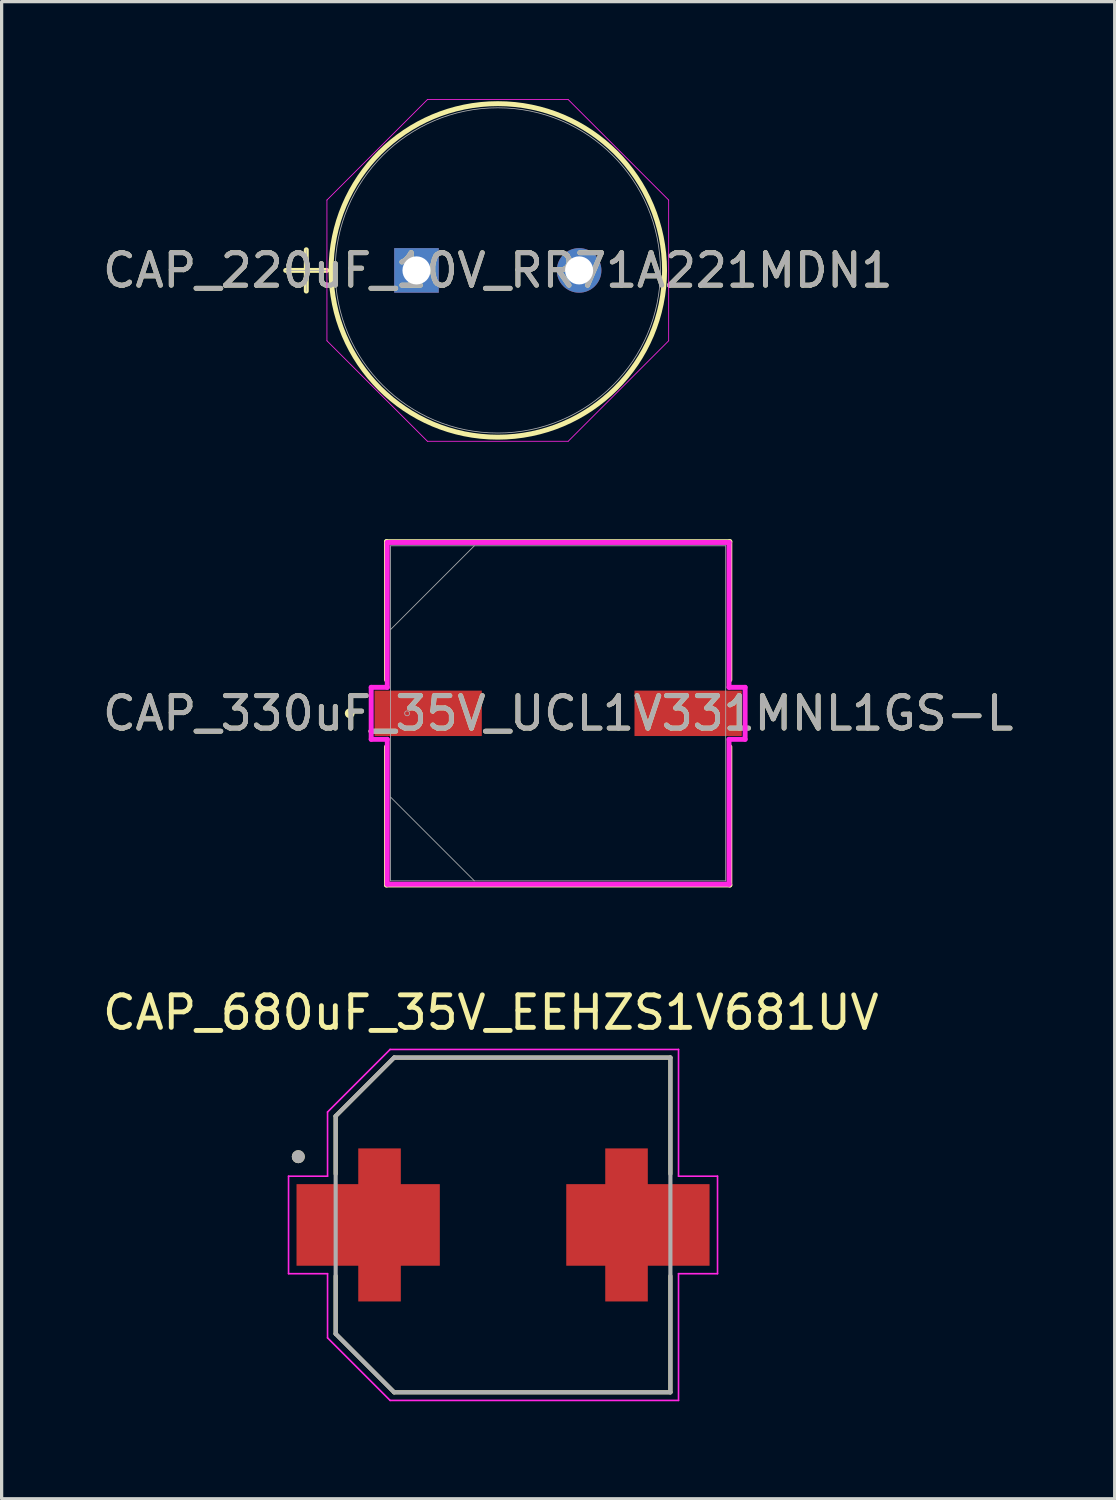
<source format=kicad_pcb>
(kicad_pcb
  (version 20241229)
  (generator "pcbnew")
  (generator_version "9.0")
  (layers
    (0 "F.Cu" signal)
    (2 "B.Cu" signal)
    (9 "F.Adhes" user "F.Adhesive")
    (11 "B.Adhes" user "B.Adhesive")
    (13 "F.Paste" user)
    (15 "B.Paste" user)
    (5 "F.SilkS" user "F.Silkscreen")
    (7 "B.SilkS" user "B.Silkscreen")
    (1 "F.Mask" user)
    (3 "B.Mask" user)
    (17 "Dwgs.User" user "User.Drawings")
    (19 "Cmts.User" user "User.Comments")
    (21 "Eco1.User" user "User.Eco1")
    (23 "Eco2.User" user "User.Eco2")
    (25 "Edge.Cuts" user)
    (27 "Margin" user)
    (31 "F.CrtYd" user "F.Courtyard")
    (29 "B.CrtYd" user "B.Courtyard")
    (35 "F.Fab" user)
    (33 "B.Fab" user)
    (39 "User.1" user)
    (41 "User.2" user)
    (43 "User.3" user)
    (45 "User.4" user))
  (footprint "CAP_220uF_10V_RR71A221MDN1"
    (layer "F.Cu")
    (at 9.766 5.271)
    (property "Reference" "CAP_220uF_10V_RR71A221MDN1" (at 2.502 0 0) (unlocked yes) (layer "F.SilkS") (effects (font (size 1 1) (thickness 0.15))))
    (attr through_hole)
    (fp_line (start -4.026 0) (end -2.756 0) (stroke (width 0.152) (type solid)) (layer "F.SilkS"))
    (fp_line (start -3.391 -0.635) (end -3.391 0.635) (stroke (width 0.152) (type solid)) (layer "F.SilkS"))
    (fp_circle (center 2.502 0) (end 7.633 0) (stroke (width 0.152) (type solid)) (fill no) (layer "F.SilkS"))
    (fp_line (start -2.756 -2.165) (end 0.337 -5.258) (stroke (width 0.025) (type solid)) (layer "F.CrtYd"))
    (fp_line (start -2.756 2.165) (end -2.756 -2.165) (stroke (width 0.025) (type solid)) (layer "F.CrtYd"))
    (fp_line (start 0.337 -5.258) (end 4.667 -5.258) (stroke (width 0.025) (type solid)) (layer "F.CrtYd"))
    (fp_line (start 0.337 5.258) (end -2.756 2.165) (stroke (width 0.025) (type solid)) (layer "F.CrtYd"))
    (fp_line (start 4.667 -5.258) (end 7.76 -2.165) (stroke (width 0.025) (type solid)) (layer "F.CrtYd"))
    (fp_line (start 4.667 5.258) (end 0.337 5.258) (stroke (width 0.025) (type solid)) (layer "F.CrtYd"))
    (fp_line (start 7.76 -2.165) (end 7.76 2.165) (stroke (width 0.025) (type solid)) (layer "F.CrtYd"))
    (fp_line (start 7.76 2.165) (end 4.667 5.258) (stroke (width 0.025) (type solid)) (layer "F.CrtYd"))
    (fp_line (start -4.026 0) (end -2.756 0) (stroke (width 0.025) (type solid)) (layer "F.Fab"))
    (fp_line (start -3.391 -0.635) (end -3.391 0.635) (stroke (width 0.025) (type solid)) (layer "F.Fab"))
    (fp_circle (center 2.502 0) (end 7.506 0) (stroke (width 0.025) (type solid)) (fill no) (layer "F.Fab"))
    (fp_text user "${REFERENCE}" (at 2.502 0 0) (unlocked yes) (layer "F.Fab") (effects (font (size 1 1) (thickness 0.15))))
    (pad "1" thru_hole rect (at 0 0) (size 1.372 1.372) (drill 0.864) (layers "*.Cu" "*.Mask"))
    (pad "2" thru_hole circle (at 5.004 0) (size 1.372 1.372) (drill 0.864) (layers "*.Cu" "*.Mask")))
  (footprint "CAP_330uF_35V_UCL1V331MNL1GS-L"
    (layer "F.Cu")
    (at 14.125 18.9)
    (property "Reference" "CAP_330uF_35V_UCL1V331MNL1GS-L" (at 0 0 0) (unlocked yes) (layer "F.SilkS") (effects (font (size 1 1) (thickness 0.15))))
    (attr smd)
    (fp_line (start -5.283 -5.283) (end -5.283 -1.031) (stroke (width 0.152) (type solid)) (layer "F.SilkS"))
    (fp_line (start -5.283 1.031) (end -5.283 5.283) (stroke (width 0.152) (type solid)) (layer "F.SilkS"))
    (fp_line (start -5.283 5.283) (end 5.283 5.283) (stroke (width 0.152) (type solid)) (layer "F.SilkS"))
    (fp_line (start 5.283 -5.283) (end -5.283 -5.283) (stroke (width 0.152) (type solid)) (layer "F.SilkS"))
    (fp_line (start 5.283 -1.031) (end 5.283 -5.283) (stroke (width 0.152) (type solid)) (layer "F.SilkS"))
    (fp_line (start 5.283 5.283) (end 5.283 1.031) (stroke (width 0.152) (type solid)) (layer "F.SilkS"))
    (fp_circle (center -6.413 0) (end -6.337 0) (stroke (width 0.152) (type solid)) (fill no) (layer "F.SilkS"))
    (fp_line (start -5.753 -0.8) (end -5.258 -0.8) (stroke (width 0.152) (type solid)) (layer "F.CrtYd"))
    (fp_line (start -5.753 0.8) (end -5.753 -0.8) (stroke (width 0.152) (type solid)) (layer "F.CrtYd"))
    (fp_line (start -5.258 -5.258) (end 5.258 -5.258) (stroke (width 0.152) (type solid)) (layer "F.CrtYd"))
    (fp_line (start -5.258 -0.8) (end -5.258 -5.258) (stroke (width 0.152) (type solid)) (layer "F.CrtYd"))
    (fp_line (start -5.258 0.8) (end -5.753 0.8) (stroke (width 0.152) (type solid)) (layer "F.CrtYd"))
    (fp_line (start -5.258 5.258) (end -5.258 0.8) (stroke (width 0.152) (type solid)) (layer "F.CrtYd"))
    (fp_line (start 5.258 -5.258) (end 5.258 -0.8) (stroke (width 0.152) (type solid)) (layer "F.CrtYd"))
    (fp_line (start 5.258 -0.8) (end 5.753 -0.8) (stroke (width 0.152) (type solid)) (layer "F.CrtYd"))
    (fp_line (start 5.258 0.8) (end 5.258 5.258) (stroke (width 0.152) (type solid)) (layer "F.CrtYd"))
    (fp_line (start 5.258 5.258) (end -5.258 5.258) (stroke (width 0.152) (type solid)) (layer "F.CrtYd"))
    (fp_line (start 5.753 -0.8) (end 5.753 0.8) (stroke (width 0.152) (type solid)) (layer "F.CrtYd"))
    (fp_line (start 5.753 0.8) (end 5.258 0.8) (stroke (width 0.152) (type solid)) (layer "F.CrtYd"))
    (fp_line (start -5.156 -5.156) (end -5.156 5.156) (stroke (width 0.025) (type solid)) (layer "F.Fab"))
    (fp_line (start -5.156 -2.578) (end -2.578 -5.156) (stroke (width 0.025) (type solid)) (layer "F.Fab"))
    (fp_line (start -5.156 2.578) (end -2.578 5.156) (stroke (width 0.025) (type solid)) (layer "F.Fab"))
    (fp_line (start -5.156 5.156) (end 5.156 5.156) (stroke (width 0.025) (type solid)) (layer "F.Fab"))
    (fp_line (start 5.156 -5.156) (end -5.156 -5.156) (stroke (width 0.025) (type solid)) (layer "F.Fab"))
    (fp_line (start 5.156 5.156) (end 5.156 -5.156) (stroke (width 0.025) (type solid)) (layer "F.Fab"))
    (fp_circle (center -4.648 0) (end -4.572 0) (stroke (width 0.025) (type solid)) (fill no) (layer "F.Fab"))
    (fp_text user "${REFERENCE}" (at 0 0 0) (unlocked yes) (layer "F.Fab") (effects (font (size 1 1) (thickness 0.15))))
    (pad "1" smd rect (at -4 0) (size 3.302 1.397) (layers "F.Cu" "F.Mask" "F.Paste"))
    (pad "2" smd rect (at 4 0) (size 3.302 1.397) (layers "F.Cu" "F.Mask" "F.Paste"))
    (zone (net_name "") (layer "F.Cu") (hatch full 0.508) (connect_pads) (min_thickness 0.254) (filled_areas_thickness no) (keepout (tracks not_allowed) (vias not_allowed) (pads allowed) (copperpour not_allowed) (footprints allowed)) (placement (enabled no)) (fill) (polygon (pts (xy 9.02 13.795) (xy 19.23 13.795) (xy 19.23 18.151) (xy 9.02 18.151))))
    (zone (net_name "") (layer "F.Cu") (hatch full 0.508) (connect_pads) (min_thickness 0.254) (filled_areas_thickness no) (keepout (tracks not_allowed) (vias not_allowed) (pads allowed) (copperpour not_allowed) (footprints allowed)) (placement (enabled no)) (fill) (polygon (pts (xy 9.02 19.65) (xy 19.23 19.65) (xy 19.23 24.006) (xy 9.02 24.006))))
    (zone (net_name "") (layer "F.Cu") (hatch full 0.508) (connect_pads) (min_thickness 0.254) (filled_areas_thickness no) (keepout (tracks not_allowed) (vias not_allowed) (pads allowed) (copperpour not_allowed) (footprints allowed)) (placement (enabled no)) (fill) (polygon (pts (xy 11.826 18.151) (xy 16.424 18.151) (xy 16.424 19.65) (xy 11.826 19.65)))))
  (footprint "CAP_680uF_35V_EEHZS1V681UV"
    (layer "F.Cu")
    (at 12.429 34.643)
    (property "Reference" "CAP_680uF_35V_EEHZS1V681UV" (at -0.375 -6.535 0) (layer "F.SilkS") (effects (font (size 1 1) (thickness 0.15))))
    (attr smd)
    (fp_poly (pts (xy -4.55 2.45) (xy -4.55 1.35) (xy -6.45 1.35) (xy -6.45 -1.35) (xy -4.55 -1.35) (xy -4.55 -2.45) (xy -3.05 -2.45) (xy -3.05 -1.35) (xy -1.85 -1.35) (xy -1.85 1.35) (xy -3.05 1.35) (xy -3.05 2.45)) (stroke (width 0.01) (type solid)) (fill yes) (layer "F.Mask"))
    (fp_poly (pts (xy 4.55 2.45) (xy 4.55 1.35) (xy 6.45 1.35) (xy 6.45 -1.35) (xy 4.55 -1.35) (xy 4.55 -2.45) (xy 3.05 -2.45) (xy 3.05 -1.35) (xy 1.85 -1.35) (xy 1.85 1.35) (xy 3.05 1.35) (xy 3.05 2.45)) (stroke (width 0.01) (type solid)) (fill yes) (layer "F.Mask"))
    (fp_line (start -5.15 -3.35) (end -5.15 -1.57) (stroke (width 0.127) (type solid)) (layer "F.SilkS"))
    (fp_line (start -5.15 1.57) (end -5.15 3.35) (stroke (width 0.127) (type solid)) (layer "F.SilkS"))
    (fp_line (start -5.15 3.35) (end -3.35 5.15) (stroke (width 0.127) (type solid)) (layer "F.SilkS"))
    (fp_line (start -3.35 -5.15) (end -5.15 -3.35) (stroke (width 0.127) (type solid)) (layer "F.SilkS"))
    (fp_line (start -3.35 5.15) (end 5.15 5.15) (stroke (width 0.127) (type solid)) (layer "F.SilkS"))
    (fp_line (start 5.15 -5.15) (end -3.35 -5.15) (stroke (width 0.127) (type solid)) (layer "F.SilkS"))
    (fp_line (start 5.15 -1.57) (end 5.15 -5.15) (stroke (width 0.127) (type solid)) (layer "F.SilkS"))
    (fp_line (start 5.15 5.15) (end 5.15 1.57) (stroke (width 0.127) (type solid)) (layer "F.SilkS"))
    (fp_circle (center -6.3 -2.1) (end -6.2 -2.1) (stroke (width 0.2) (type solid)) (fill no) (layer "F.SilkS"))
    (fp_poly (pts (xy -4.45 2.35) (xy -4.45 1.25) (xy -6.35 1.25) (xy -6.35 -1.25) (xy -4.45 -1.25) (xy -4.45 -2.35) (xy -3.15 -2.35) (xy -3.15 -1.25) (xy -1.95 -1.25) (xy -1.95 1.25) (xy -3.15 1.25) (xy -3.15 2.35)) (stroke (width 0.01) (type solid)) (fill yes) (layer "F.Paste"))
    (fp_poly (pts (xy 4.45 2.35) (xy 4.45 1.25) (xy 6.35 1.25) (xy 6.35 -1.25) (xy 4.45 -1.25) (xy 4.45 -2.35) (xy 3.15 -2.35) (xy 3.15 -1.25) (xy 1.95 -1.25) (xy 1.95 1.25) (xy 3.15 1.25) (xy 3.15 2.35)) (stroke (width 0.01) (type solid)) (fill yes) (layer "F.Paste"))
    (fp_line (start -6.6 -1.5) (end -5.4 -1.5) (stroke (width 0.05) (type solid)) (layer "F.CrtYd"))
    (fp_line (start -6.6 1.5) (end -6.6 -1.5) (stroke (width 0.05) (type solid)) (layer "F.CrtYd"))
    (fp_line (start -5.4 -3.475) (end -3.475 -5.4) (stroke (width 0.05) (type solid)) (layer "F.CrtYd"))
    (fp_line (start -5.4 -1.5) (end -5.4 -3.475) (stroke (width 0.05) (type solid)) (layer "F.CrtYd"))
    (fp_line (start -5.4 1.5) (end -6.6 1.5) (stroke (width 0.05) (type solid)) (layer "F.CrtYd"))
    (fp_line (start -5.4 3.475) (end -5.4 1.5) (stroke (width 0.05) (type solid)) (layer "F.CrtYd"))
    (fp_line (start -3.475 -5.4) (end 5.4 -5.4) (stroke (width 0.05) (type solid)) (layer "F.CrtYd"))
    (fp_line (start -3.475 5.4) (end -5.4 3.475) (stroke (width 0.05) (type solid)) (layer "F.CrtYd"))
    (fp_line (start 5.4 -5.4) (end 5.4 -1.5) (stroke (width 0.05) (type solid)) (layer "F.CrtYd"))
    (fp_line (start 5.4 -1.5) (end 6.6 -1.5) (stroke (width 0.05) (type solid)) (layer "F.CrtYd"))
    (fp_line (start 5.4 1.5) (end 5.4 5.4) (stroke (width 0.05) (type solid)) (layer "F.CrtYd"))
    (fp_line (start 5.4 5.4) (end -3.475 5.4) (stroke (width 0.05) (type solid)) (layer "F.CrtYd"))
    (fp_line (start 6.6 -1.5) (end 6.6 1.5) (stroke (width 0.05) (type solid)) (layer "F.CrtYd"))
    (fp_line (start 6.6 1.5) (end 5.4 1.5) (stroke (width 0.05) (type solid)) (layer "F.CrtYd"))
    (fp_line (start -5.15 -3.35) (end -5.15 3.35) (stroke (width 0.127) (type solid)) (layer "F.Fab"))
    (fp_line (start -5.15 3.35) (end -3.35 5.15) (stroke (width 0.127) (type solid)) (layer "F.Fab"))
    (fp_line (start -3.35 -5.15) (end -5.15 -3.35) (stroke (width 0.127) (type solid)) (layer "F.Fab"))
    (fp_line (start -3.35 5.15) (end 5.15 5.15) (stroke (width 0.127) (type solid)) (layer "F.Fab"))
    (fp_line (start 5.15 -5.15) (end -3.35 -5.15) (stroke (width 0.127) (type solid)) (layer "F.Fab"))
    (fp_line (start 5.15 5.15) (end 5.15 -5.15) (stroke (width 0.127) (type solid)) (layer "F.Fab"))
    (fp_circle (center -6.3 -2.1) (end -6.2 -2.1) (stroke (width 0.2) (type solid)) (fill no) (layer "F.Fab"))
    (pad "1" smd custom (at -3.8 0) (size 2 2) (layers "F.Cu") (options (anchor rect)) (primitives (gr_poly (pts (xy -0.65 2.35) (xy -0.65 1.25) (xy -2.55 1.25) (xy -2.55 -1.25) (xy -0.65 -1.25) (xy -0.65 -2.35) (xy 0.65 -2.35) (xy 0.65 -1.25) (xy 1.85 -1.25) (xy 1.85 1.25) (xy 0.65 1.25) (xy 0.65 2.35)) (width 0.01) (fill yes))))
    (pad "2" smd custom (at 3.8 0) (size 2 2) (layers "F.Cu") (options (anchor rect)) (primitives (gr_poly (pts (xy 0.65 2.35) (xy 0.65 1.25) (xy 2.55 1.25) (xy 2.55 -1.25) (xy 0.65 -1.25) (xy 0.65 -2.35) (xy -0.65 -2.35) (xy -0.65 -1.25) (xy -1.85 -1.25) (xy -1.85 1.25) (xy -0.65 1.25) (xy -0.65 2.35)) (width 0.01) (fill yes)))))
  (gr_rect
    (start -3 -3)
    (end 31.25 43.068)
    (stroke (width 0.1) (type default))
    (fill no)
    (layer "Edge.Cuts")))
</source>
